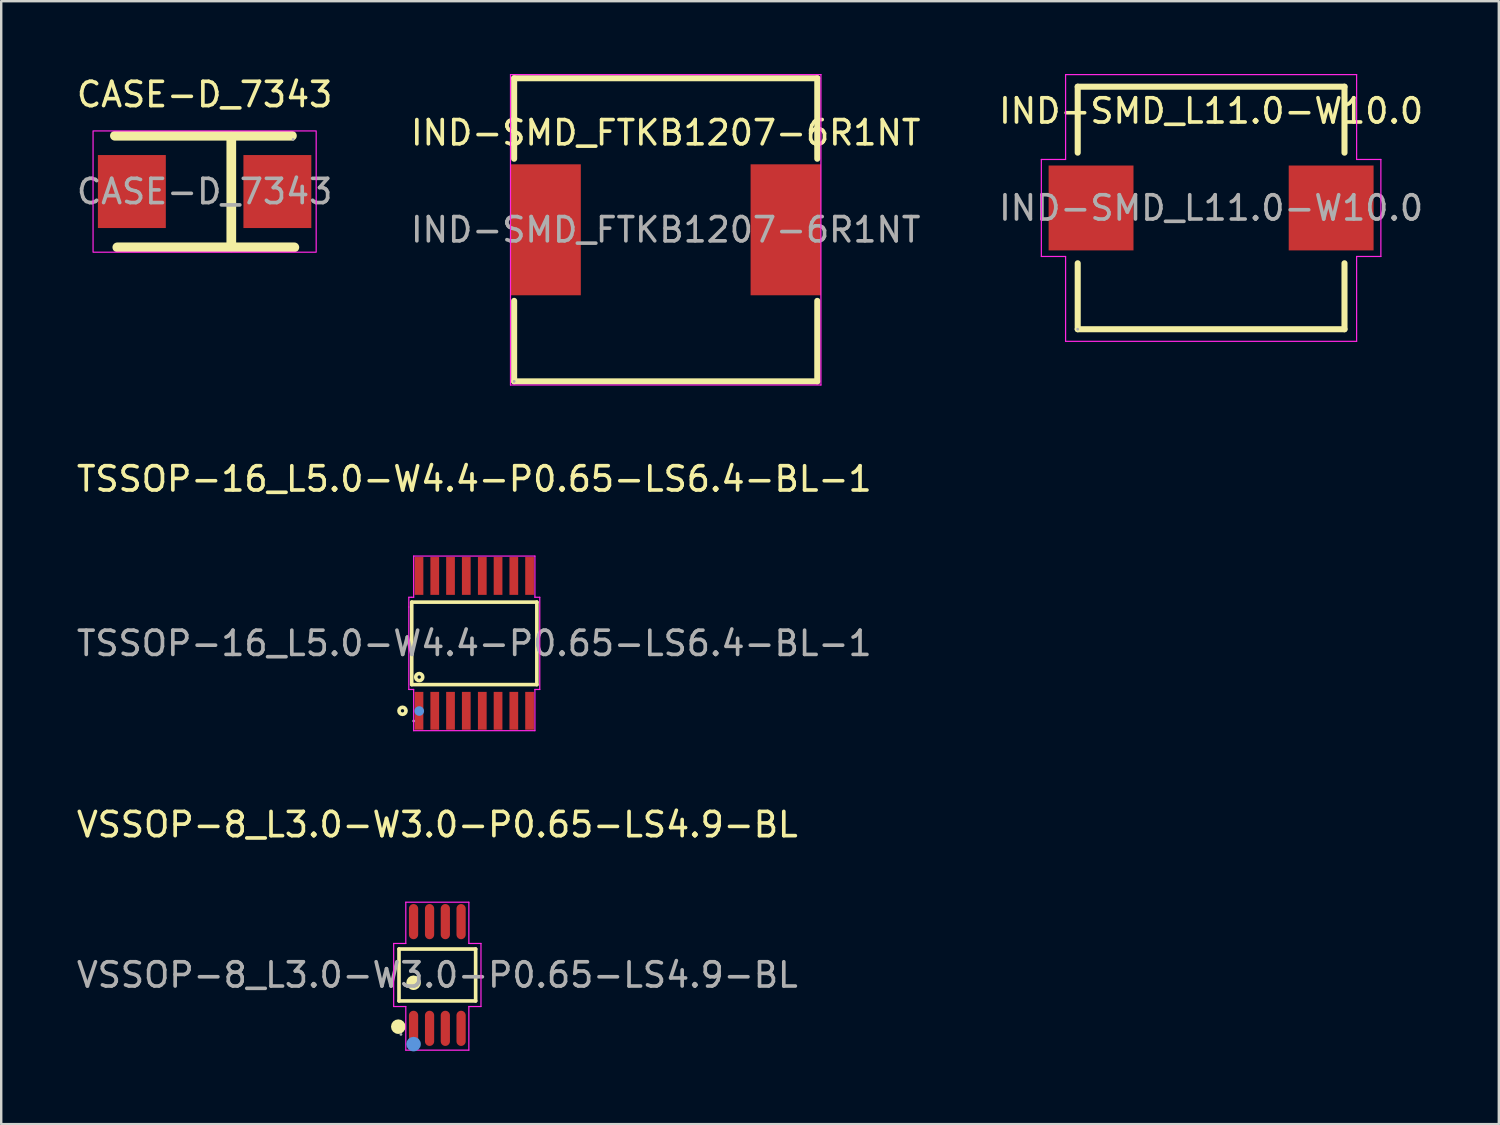
<source format=kicad_pcb>
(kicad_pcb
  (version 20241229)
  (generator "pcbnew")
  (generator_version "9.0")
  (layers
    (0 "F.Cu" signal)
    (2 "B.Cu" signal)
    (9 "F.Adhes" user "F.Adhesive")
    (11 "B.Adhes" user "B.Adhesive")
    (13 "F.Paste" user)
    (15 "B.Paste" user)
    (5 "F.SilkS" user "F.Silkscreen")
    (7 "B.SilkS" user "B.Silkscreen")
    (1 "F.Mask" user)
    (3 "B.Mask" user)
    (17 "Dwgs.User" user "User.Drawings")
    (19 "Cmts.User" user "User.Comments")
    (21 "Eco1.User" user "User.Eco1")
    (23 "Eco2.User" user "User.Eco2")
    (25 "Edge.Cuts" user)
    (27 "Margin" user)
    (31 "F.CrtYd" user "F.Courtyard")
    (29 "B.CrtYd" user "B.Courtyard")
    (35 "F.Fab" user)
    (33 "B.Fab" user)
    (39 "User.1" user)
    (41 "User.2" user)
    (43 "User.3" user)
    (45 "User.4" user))
  (footprint "IND-SMD_L11.0-W10.0"
    (layer "F.Cu")
    (at 46.887 5.525)
    (property "Reference" "IND-SMD_L11.0-W10.0" (at 0 -4 0) (layer "F.SilkS") (effects (font (size 1 1) (thickness 0.15))))
    (attr through_hole)
    (fp_line (start -5.5 -5) (end 5.5 -5) (stroke (width 0.25) (type solid)) (layer "F.SilkS"))
    (fp_line (start -5.5 -2.28) (end -5.5 -5) (stroke (width 0.25) (type solid)) (layer "F.SilkS"))
    (fp_line (start -5.5 5) (end -5.5 2.28) (stroke (width 0.25) (type solid)) (layer "F.SilkS"))
    (fp_line (start -5.5 5) (end 5.5 5) (stroke (width 0.25) (type solid)) (layer "F.SilkS"))
    (fp_line (start 5.5 -2.28) (end 5.5 -5) (stroke (width 0.25) (type solid)) (layer "F.SilkS"))
    (fp_line (start 5.5 5) (end 5.5 2.28) (stroke (width 0.25) (type solid)) (layer "F.SilkS"))
    (fp_line (start -7 -2) (end -6 -2) (stroke (width 0.05) (type default)) (layer "F.CrtYd"))
    (fp_line (start -7 2) (end -7 -2) (stroke (width 0.05) (type default)) (layer "F.CrtYd"))
    (fp_line (start -6 -5.5) (end 6 -5.5) (stroke (width 0.05) (type default)) (layer "F.CrtYd"))
    (fp_line (start -6 -2) (end -6 -5.5) (stroke (width 0.05) (type default)) (layer "F.CrtYd"))
    (fp_line (start -6 2) (end -7 2) (stroke (width 0.05) (type default)) (layer "F.CrtYd"))
    (fp_line (start -6 5.5) (end -6 2) (stroke (width 0.05) (type default)) (layer "F.CrtYd"))
    (fp_line (start 6 -5.5) (end 6 -2) (stroke (width 0.05) (type default)) (layer "F.CrtYd"))
    (fp_line (start 6 -2) (end 7 -2) (stroke (width 0.05) (type default)) (layer "F.CrtYd"))
    (fp_line (start 6 2) (end 6 5.5) (stroke (width 0.05) (type default)) (layer "F.CrtYd"))
    (fp_line (start 6 5.5) (end -6 5.5) (stroke (width 0.05) (type default)) (layer "F.CrtYd"))
    (fp_line (start 7 -2) (end 7 2) (stroke (width 0.05) (type default)) (layer "F.CrtYd"))
    (fp_line (start 7 2) (end 6 2) (stroke (width 0.05) (type default)) (layer "F.CrtYd"))
    (fp_circle (center -5.5 5) (end -5.47 5) (stroke (width 0.06) (type solid)) (fill no) (layer "F.Fab"))
    (fp_text user "${REFERENCE}" (at 0 0 0) (layer "F.Fab") (effects (font (size 1 1) (thickness 0.15))))
    (pad "1" smd rect (at -4.95 0 90) (size 3.5 3.5) (layers "F.Cu" "F.Mask" "F.Paste"))
    (pad "2" smd rect (at 4.95 0 270) (size 3.5 3.5) (layers "F.Cu" "F.Mask" "F.Paste")))
  (footprint "VSSOP-8_L3.0-W3.0-P0.65-LS4.9-BL"
    (layer "F.Cu")
    (at 14.982 37.151)
    (property "Reference" "VSSOP-8_L3.0-W3.0-P0.65-LS4.9-BL" (at 0 -6.2 0) (layer "F.SilkS") (effects (font (size 1 1) (thickness 0.15))))
    (attr smd)
    (fp_line (start -1.58 -1.07) (end 1.58 -1.07) (stroke (width 0.15) (type solid)) (layer "F.SilkS"))
    (fp_line (start -1.58 1.07) (end -1.58 -1.07) (stroke (width 0.15) (type solid)) (layer "F.SilkS"))
    (fp_line (start 1.58 -1.07) (end 1.58 1.07) (stroke (width 0.15) (type solid)) (layer "F.SilkS"))
    (fp_line (start 1.58 1.07) (end -1.58 1.07) (stroke (width 0.15) (type solid)) (layer "F.SilkS"))
    (fp_circle (center -1.61 2.13) (end -1.46 2.13) (stroke (width 0.3) (type solid)) (fill no) (layer "F.SilkS"))
    (fp_circle (center -0.98 0.32) (end -0.83 0.32) (stroke (width 0.3) (type solid)) (fill no) (layer "F.SilkS"))
    (fp_circle (center -0.98 2.85) (end -0.83 2.85) (stroke (width 0.3) (type solid)) (fill no) (layer "Cmts.User"))
    (fp_line (start -1.8 -1.3) (end -1.8 1.3) (stroke (width 0.05) (type default)) (layer "F.CrtYd"))
    (fp_line (start -1.8 1.3) (end -1.3 1.3) (stroke (width 0.05) (type default)) (layer "F.CrtYd"))
    (fp_line (start -1.3 -3) (end -1.3 -1.3) (stroke (width 0.05) (type default)) (layer "F.CrtYd"))
    (fp_line (start -1.3 -1.3) (end -1.8 -1.3) (stroke (width 0.05) (type default)) (layer "F.CrtYd"))
    (fp_line (start -1.3 1.3) (end -1.3 3.1) (stroke (width 0.05) (type default)) (layer "F.CrtYd"))
    (fp_line (start -1.3 3.1) (end 1.3 3.1) (stroke (width 0.05) (type default)) (layer "F.CrtYd"))
    (fp_line (start 1.3 -3) (end -1.3 -3) (stroke (width 0.05) (type default)) (layer "F.CrtYd"))
    (fp_line (start 1.3 -1.3) (end 1.3 -3) (stroke (width 0.05) (type default)) (layer "F.CrtYd"))
    (fp_line (start 1.3 1.3) (end 1.8 1.3) (stroke (width 0.05) (type default)) (layer "F.CrtYd"))
    (fp_line (start 1.3 3.1) (end 1.3 1.3) (stroke (width 0.05) (type default)) (layer "F.CrtYd"))
    (fp_line (start 1.8 -1.3) (end 1.3 -1.3) (stroke (width 0.05) (type default)) (layer "F.CrtYd"))
    (fp_line (start 1.8 -1.3) (end 1.8 1.3) (stroke (width 0.05) (type default)) (layer "F.CrtYd"))
    (fp_circle (center -1.5 2.45) (end -1.47 2.45) (stroke (width 0.06) (type solid)) (fill no) (layer "F.Fab"))
    (fp_text user "${REFERENCE}" (at 0 0 0) (layer "F.Fab") (effects (font (size 1 1) (thickness 0.15))))
    (pad "1" smd oval (at -0.98 2.2) (size 0.38 1.45) (layers "F.Cu" "F.Mask" "F.Paste"))
    (pad "2" smd oval (at -0.32 2.2) (size 0.38 1.45) (layers "F.Cu" "F.Mask" "F.Paste"))
    (pad "3" smd oval (at 0.33 2.2) (size 0.38 1.45) (layers "F.Cu" "F.Mask" "F.Paste"))
    (pad "4" smd oval (at 0.98 2.2) (size 0.38 1.45) (layers "F.Cu" "F.Mask" "F.Paste"))
    (pad "5" smd oval (at 0.98 -2.2) (size 0.38 1.45) (layers "F.Cu" "F.Mask" "F.Paste"))
    (pad "6" smd oval (at 0.33 -2.2) (size 0.38 1.45) (layers "F.Cu" "F.Mask" "F.Paste"))
    (pad "7" smd oval (at -0.32 -2.2) (size 0.38 1.45) (layers "F.Cu" "F.Mask" "F.Paste"))
    (pad "8" smd oval (at -0.98 -2.2) (size 0.38 1.45) (layers "F.Cu" "F.Mask" "F.Paste")))
  (footprint "TSSOP-16_L5.0-W4.4-P0.65-LS6.4-BL-1"
    (layer "F.Cu")
    (at 16.506 23.478)
    (property "Reference" "TSSOP-16_L5.0-W4.4-P0.65-LS6.4-BL-1" (at 0 -6.78 0) (layer "F.SilkS") (effects (font (size 1 1) (thickness 0.15))))
    (attr smd)
    (fp_line (start -2.58 -1.7) (end 2.58 -1.7) (stroke (width 0.15) (type solid)) (layer "F.SilkS"))
    (fp_line (start -2.58 1.7) (end -2.58 -1.7) (stroke (width 0.15) (type solid)) (layer "F.SilkS"))
    (fp_line (start 2.58 -1.7) (end 2.58 1.7) (stroke (width 0.15) (type solid)) (layer "F.SilkS"))
    (fp_line (start 2.58 1.7) (end -2.58 1.7) (stroke (width 0.15) (type solid)) (layer "F.SilkS"))
    (fp_circle (center -2.96 2.78) (end -2.89 2.78) (stroke (width 0.15) (type solid)) (fill no) (layer "F.SilkS"))
    (fp_circle (center -2.27 1.39) (end -2.2 1.39) (stroke (width 0.15) (type solid)) (fill no) (layer "F.SilkS"))
    (fp_circle (center -2.27 2.79) (end -2.17 2.79) (stroke (width 0.2) (type solid)) (fill no) (layer "Cmts.User"))
    (fp_line (start -2.7 -1.5) (end -2.7 -1.9) (stroke (width 0.05) (type default)) (layer "F.CrtYd"))
    (fp_line (start -2.7 1.9) (end -2.7 -1.5) (stroke (width 0.05) (type default)) (layer "F.CrtYd"))
    (fp_line (start -2.6 -1.9) (end -2.7 -1.9) (stroke (width 0.05) (type default)) (layer "F.CrtYd"))
    (fp_line (start -2.6 -1.9) (end -2.5 -1.9) (stroke (width 0.05) (type default)) (layer "F.CrtYd"))
    (fp_line (start -2.5 -3.6) (end 2.5 -3.6) (stroke (width 0.05) (type default)) (layer "F.CrtYd"))
    (fp_line (start -2.5 -1.9) (end -2.5 -3.6) (stroke (width 0.05) (type default)) (layer "F.CrtYd"))
    (fp_line (start -2.5 1.9) (end -2.7 1.9) (stroke (width 0.05) (type default)) (layer "F.CrtYd"))
    (fp_line (start -2.5 3.6) (end -2.5 1.9) (stroke (width 0.05) (type default)) (layer "F.CrtYd"))
    (fp_line (start 2.5 -3.6) (end 2.5 -1.9) (stroke (width 0.05) (type default)) (layer "F.CrtYd"))
    (fp_line (start 2.5 -1.9) (end 2.7 -1.9) (stroke (width 0.05) (type default)) (layer "F.CrtYd"))
    (fp_line (start 2.5 1.9) (end 2.5 3.6) (stroke (width 0.05) (type default)) (layer "F.CrtYd"))
    (fp_line (start 2.5 3.6) (end -2.5 3.6) (stroke (width 0.05) (type default)) (layer "F.CrtYd"))
    (fp_line (start 2.7 -1.9) (end 2.7 1.9) (stroke (width 0.05) (type default)) (layer "F.CrtYd"))
    (fp_line (start 2.7 1.9) (end 2.5 1.9) (stroke (width 0.05) (type default)) (layer "F.CrtYd"))
    (fp_circle (center -2.5 3.2) (end -2.47 3.2) (stroke (width 0.06) (type solid)) (fill no) (layer "F.Fab"))
    (fp_text user "${REFERENCE}" (at 0 0 0) (layer "F.Fab") (effects (font (size 1 1) (thickness 0.15))))
    (pad "1" smd rect (at -2.28 2.78) (size 0.36 1.56) (layers "F.Cu" "F.Mask" "F.Paste"))
    (pad "1" smd rect (at -1.63 2.78) (size 0.36 1.56) (layers "F.Cu" "F.Mask" "F.Paste"))
    (pad "1" smd rect (at -0.98 2.78) (size 0.36 1.56) (layers "F.Cu" "F.Mask" "F.Paste"))
    (pad "4" smd rect (at -0.33 2.78) (size 0.36 1.56) (layers "F.Cu" "F.Mask" "F.Paste"))
    (pad "5" smd rect (at 0.33 2.78) (size 0.36 1.56) (layers "F.Cu" "F.Mask" "F.Paste"))
    (pad "6" smd rect (at 0.98 -2.78) (size 0.36 1.56) (layers "F.Cu" "F.Mask" "F.Paste"))
    (pad "6" smd rect (at 0.98 2.78) (size 0.36 1.56) (layers "F.Cu" "F.Mask" "F.Paste"))
    (pad "7" smd rect (at 1.63 2.78) (size 0.36 1.56) (layers "F.Cu" "F.Mask" "F.Paste"))
    (pad "8" smd rect (at 2.28 2.78) (size 0.36 1.56) (layers "F.Cu" "F.Mask" "F.Paste"))
    (pad "9" smd rect (at 2.28 -2.78) (size 0.36 1.56) (layers "F.Cu" "F.Mask" "F.Paste"))
    (pad "10" smd rect (at 1.63 -2.78) (size 0.36 1.56) (layers "F.Cu" "F.Mask" "F.Paste"))
    (pad "12" smd rect (at 0.33 -2.78) (size 0.36 1.56) (layers "F.Cu" "F.Mask" "F.Paste"))
    (pad "13" smd rect (at -0.33 -2.78) (size 0.36 1.56) (layers "F.Cu" "F.Mask" "F.Paste"))
    (pad "14" smd rect (at -2.28 -2.78) (size 0.36 1.56) (layers "F.Cu" "F.Mask" "F.Paste"))
    (pad "14" smd rect (at -1.63 -2.78) (size 0.36 1.56) (layers "F.Cu" "F.Mask" "F.Paste"))
    (pad "14" smd rect (at -0.98 -2.78) (size 0.36 1.56) (layers "F.Cu" "F.Mask" "F.Paste")))
  (footprint "IND-SMD_FTKB1207-6R1NT"
    (layer "F.Cu")
    (at 24.399 6.425)
    (property "Reference" "IND-SMD_FTKB1207-6R1NT" (at 0 -4 0) (layer "F.SilkS") (effects (font (size 1 1) (thickness 0.15))))
    (attr smd)
    (fp_line (start -6.25 -6.25) (end 6.25 -6.25) (stroke (width 0.25) (type solid)) (layer "F.SilkS"))
    (fp_line (start -6.25 -2.93) (end -6.25 -6.25) (stroke (width 0.25) (type solid)) (layer "F.SilkS"))
    (fp_line (start -6.25 6.25) (end -6.25 2.93) (stroke (width 0.25) (type solid)) (layer "F.SilkS"))
    (fp_line (start 6.25 -6.25) (end 6.25 -2.93) (stroke (width 0.25) (type solid)) (layer "F.SilkS"))
    (fp_line (start 6.25 2.93) (end 6.25 6.25) (stroke (width 0.25) (type solid)) (layer "F.SilkS"))
    (fp_line (start 6.25 6.25) (end -6.25 6.25) (stroke (width 0.25) (type solid)) (layer "F.SilkS"))
    (fp_line (start -6.4 -6.4) (end 6.4 -6.4) (stroke (width 0.05) (type default)) (layer "F.CrtYd"))
    (fp_line (start -6.4 6.4) (end -6.4 -6.4) (stroke (width 0.05) (type default)) (layer "F.CrtYd"))
    (fp_line (start 6.4 -6.4) (end 6.4 6.4) (stroke (width 0.05) (type default)) (layer "F.CrtYd"))
    (fp_line (start 6.4 6.4) (end -6.4 6.4) (stroke (width 0.05) (type default)) (layer "F.CrtYd"))
    (fp_circle (center -6.25 6.25) (end -6.22 6.25) (stroke (width 0.06) (type solid)) (fill no) (layer "F.Fab"))
    (fp_text user "${REFERENCE}" (at 0 0 0) (layer "F.Fab") (effects (font (size 1 1) (thickness 0.15))))
    (pad "1" smd rect (at -4.95 0) (size 2.9 5.4) (layers "F.Cu" "F.Mask" "F.Paste"))
    (pad "2" smd rect (at 4.95 0) (size 2.9 5.4) (layers "F.Cu" "F.Mask" "F.Paste")))
  (footprint "CASE-D_7343"
    (layer "F.Cu")
    (at 5.387 4.848)
    (property "Reference" "CASE-D_7343" (at 0 -4 0) (layer "F.SilkS") (effects (font (size 1 1) (thickness 0.15))))
    (attr smd)
    (fp_line (start -3.7 -2.3) (end 3.6 -2.3) (stroke (width 0.4) (type solid)) (layer "F.SilkS"))
    (fp_line (start 1.1 2.3) (end 1.1 -2.3) (stroke (width 0.4) (type solid)) (layer "F.SilkS"))
    (fp_line (start 3.7 2.3) (end -3.6 2.3) (stroke (width 0.4) (type solid)) (layer "F.SilkS"))
    (fp_rect (start -4.6 -2.5) (end 4.6 2.5) (stroke (width 0.05) (type default)) (fill no) (layer "F.CrtYd"))
    (fp_circle (center 3.65 -2.15) (end 3.68 -2.15) (stroke (width 0.06) (type solid)) (fill no) (layer "F.Fab"))
    (fp_text user "${REFERENCE}" (at 0 0 0) (layer "F.Fab") (effects (font (size 1 1) (thickness 0.15))))
    (pad "1" smd rect (at 3 0 180) (size 2.8 3.01) (layers "F.Cu" "F.Mask" "F.Paste"))
    (pad "2" smd rect (at -3 0 180) (size 2.8 3.01) (layers "F.Cu" "F.Mask" "F.Paste")))
  (gr_rect
    (start -3 -3)
    (end 58.75 43.301)
    (stroke (width 0.1) (type default))
    (fill no)
    (layer "Edge.Cuts")))
</source>
